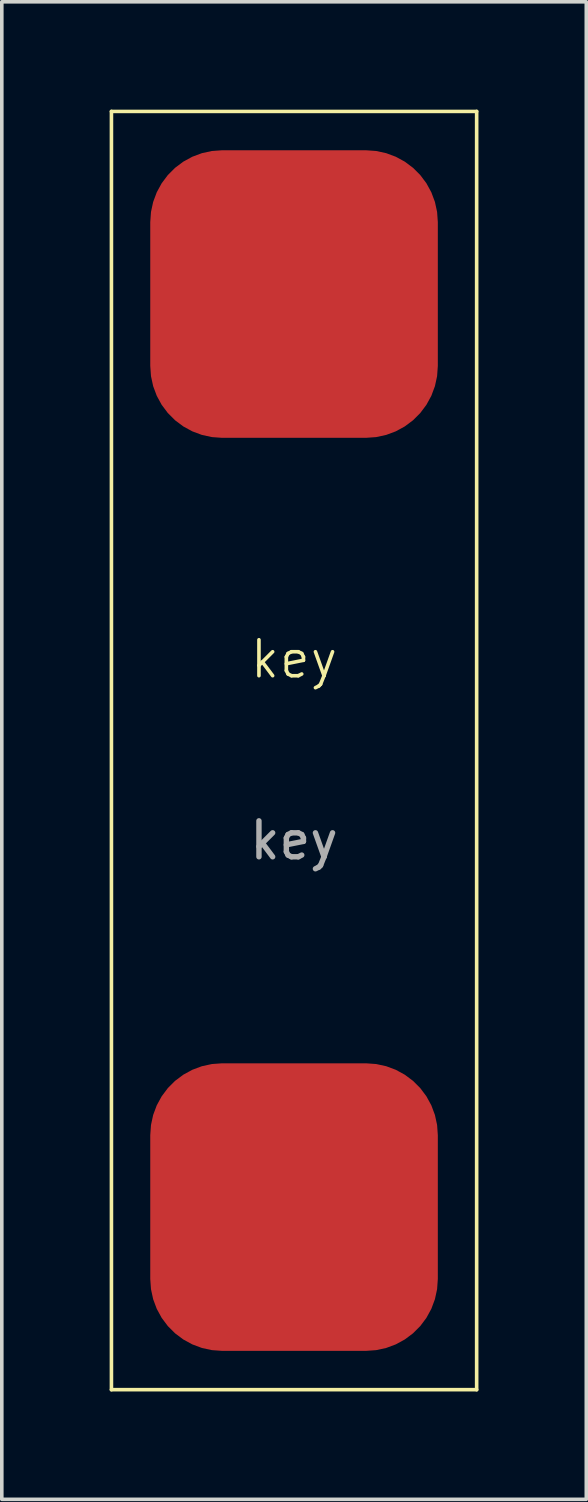
<source format=kicad_pcb>
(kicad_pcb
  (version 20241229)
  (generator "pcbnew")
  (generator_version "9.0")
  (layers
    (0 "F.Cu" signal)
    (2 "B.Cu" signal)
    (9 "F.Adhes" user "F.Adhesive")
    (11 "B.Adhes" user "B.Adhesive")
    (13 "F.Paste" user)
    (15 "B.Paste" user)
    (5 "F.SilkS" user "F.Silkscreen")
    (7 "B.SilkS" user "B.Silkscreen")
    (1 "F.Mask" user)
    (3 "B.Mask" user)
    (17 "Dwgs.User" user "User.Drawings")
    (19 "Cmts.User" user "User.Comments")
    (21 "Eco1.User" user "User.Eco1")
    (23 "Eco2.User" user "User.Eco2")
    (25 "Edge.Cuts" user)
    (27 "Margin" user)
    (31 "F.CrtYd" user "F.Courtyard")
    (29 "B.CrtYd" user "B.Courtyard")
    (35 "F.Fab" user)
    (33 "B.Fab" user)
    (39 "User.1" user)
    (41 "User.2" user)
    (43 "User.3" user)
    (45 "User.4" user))
  (footprint "key"
    (layer "F.Cu")
    (at 5.13 17.83)
    (property "Reference" "key" (at 0 -2.54 0) (unlocked yes) (layer "F.SilkS") (effects (font (size 1 1) (thickness 0.1))))
    (attr smd)
    (fp_line (start -5.08 -17.78) (end 5.08 -17.78) (stroke (width 0.1) (type default)) (layer "F.SilkS"))
    (fp_line (start -5.08 17.78) (end -5.08 -17.78) (stroke (width 0.1) (type default)) (layer "F.SilkS"))
    (fp_line (start 5.08 -17.78) (end 5.08 17.78) (stroke (width 0.1) (type default)) (layer "F.SilkS"))
    (fp_line (start 5.08 17.78) (end -5.08 17.78) (stroke (width 0.1) (type default)) (layer "F.SilkS"))
    (fp_text user "${REFERENCE}" (at 0 2.5 0) (unlocked yes) (layer "F.Fab") (effects (font (size 1 1) (thickness 0.15))))
    (pad "1" smd roundrect (at 0 12.7) (size 8 8) (layers "F.Cu" "F.Mask" "F.Paste") (roundrect_rratio 0.25))
    (pad "2" smd roundrect (at 0 -12.7) (size 8 8) (layers "F.Cu" "F.Mask" "F.Paste") (roundrect_rratio 0.25)))
  (gr_rect
    (start -3 -3)
    (end 13.26 38.66)
    (stroke (width 0.1) (type default))
    (fill no)
    (layer "Edge.Cuts")))
</source>
